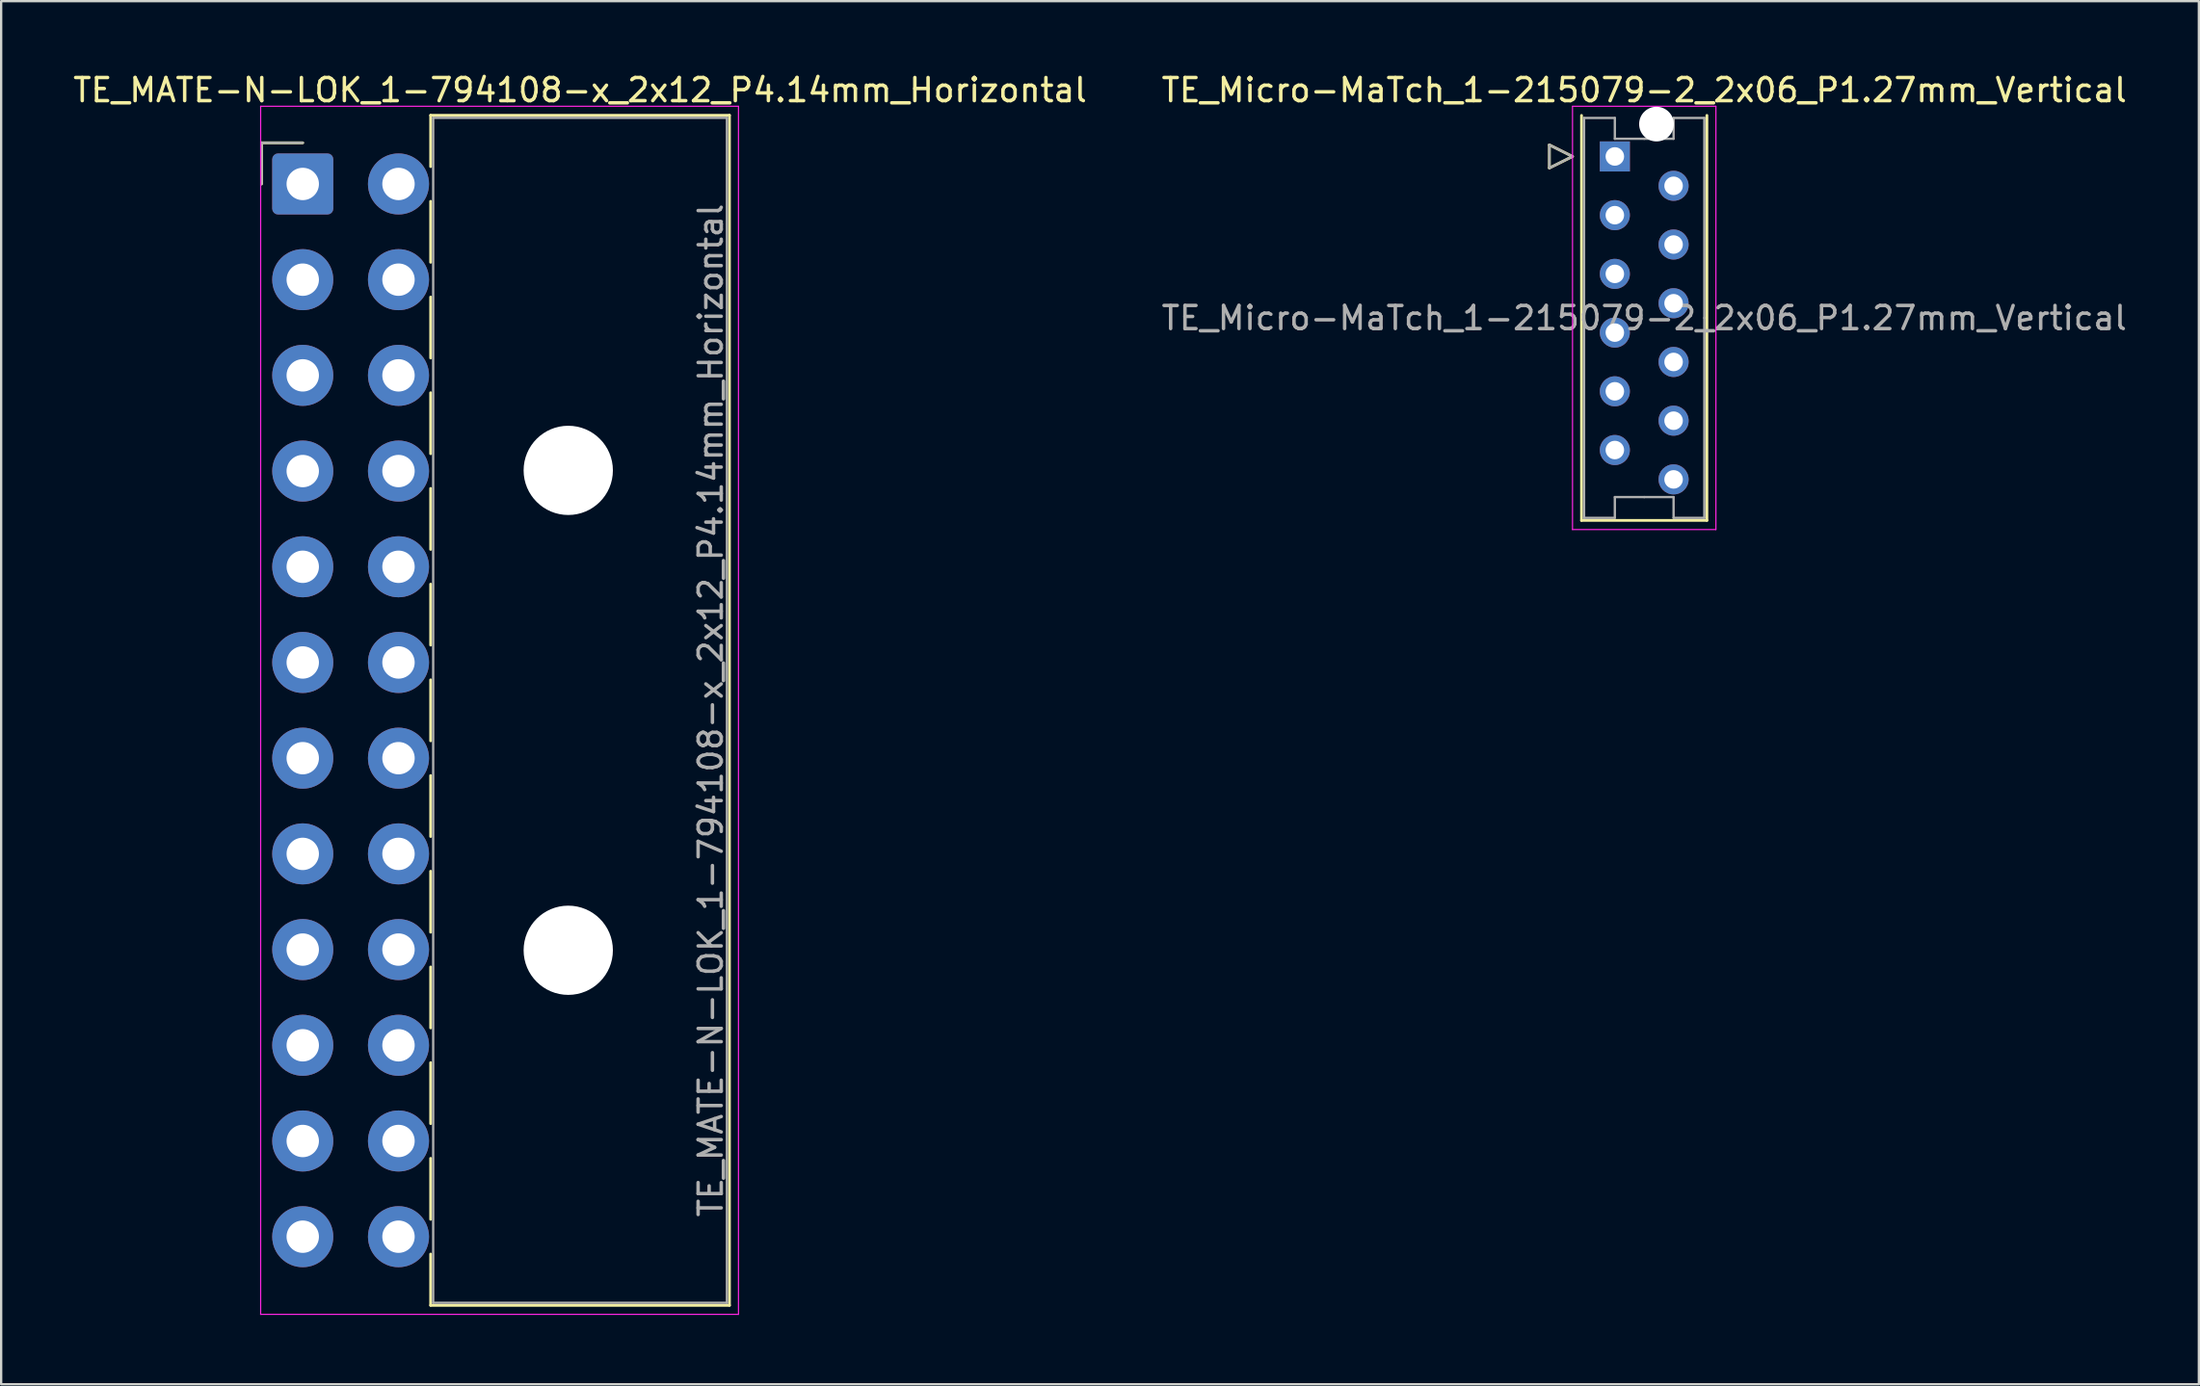
<source format=kicad_pcb>
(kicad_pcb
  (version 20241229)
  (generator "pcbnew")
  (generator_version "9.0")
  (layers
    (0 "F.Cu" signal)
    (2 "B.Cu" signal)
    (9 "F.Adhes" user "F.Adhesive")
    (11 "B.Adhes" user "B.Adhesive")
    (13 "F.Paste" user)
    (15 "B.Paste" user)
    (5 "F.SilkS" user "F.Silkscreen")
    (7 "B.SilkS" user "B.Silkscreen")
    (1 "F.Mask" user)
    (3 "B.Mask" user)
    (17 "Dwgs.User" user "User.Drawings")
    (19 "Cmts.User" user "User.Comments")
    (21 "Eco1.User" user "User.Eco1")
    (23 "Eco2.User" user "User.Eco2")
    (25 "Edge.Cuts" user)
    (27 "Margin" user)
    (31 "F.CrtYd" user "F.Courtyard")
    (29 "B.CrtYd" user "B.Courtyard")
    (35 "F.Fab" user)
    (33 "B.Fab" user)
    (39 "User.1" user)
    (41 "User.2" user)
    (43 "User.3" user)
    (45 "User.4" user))
  (footprint "TE_Micro-MaTch_1-215079-2_2x06_P1.27mm_Vertical"
    (layer "F.Cu")
    (at 66.772 3.718)
    (property "Reference" "TE_Micro-MaTch_1-215079-2_2x06_P1.27mm_Vertical" (at 1.27 -2.87 0) (layer "F.SilkS") (effects (font (size 1 1) (thickness 0.15))))
    (attr through_hole)
    (fp_line (start -2.83 -0.5) (end -1.83 0) (stroke (width 0.12) (type solid)) (layer "F.SilkS"))
    (fp_line (start -2.83 0.5) (end -2.83 -0.5) (stroke (width 0.12) (type solid)) (layer "F.SilkS"))
    (fp_line (start -1.83 0) (end -2.83 0.5) (stroke (width 0.12) (type solid)) (layer "F.SilkS"))
    (fp_line (start -1.44 -1.775) (end -1.44 15.745) (stroke (width 0.12) (type solid)) (layer "F.SilkS"))
    (fp_line (start -1.44 15.745) (end 3.98 15.745) (stroke (width 0.12) (type solid)) (layer "F.SilkS"))
    (fp_line (start 3.98 15.745) (end 3.98 -1.775) (stroke (width 0.12) (type solid)) (layer "F.SilkS"))
    (fp_line (start -1.83 -2.17) (end -1.83 16.14) (stroke (width 0.05) (type solid)) (layer "F.CrtYd"))
    (fp_line (start -1.83 16.14) (end 4.37 16.14) (stroke (width 0.05) (type solid)) (layer "F.CrtYd"))
    (fp_line (start 4.37 -2.17) (end -1.83 -2.17) (stroke (width 0.05) (type solid)) (layer "F.CrtYd"))
    (fp_line (start 4.37 16.14) (end 4.37 -2.17) (stroke (width 0.05) (type solid)) (layer "F.CrtYd"))
    (fp_line (start -2.83 -0.5) (end -1.83 0) (stroke (width 0.1) (type solid)) (layer "F.Fab"))
    (fp_line (start -2.83 0.5) (end -2.83 -0.5) (stroke (width 0.1) (type solid)) (layer "F.Fab"))
    (fp_line (start -1.83 0) (end -2.83 0.5) (stroke (width 0.1) (type solid)) (layer "F.Fab"))
    (fp_line (start -1.33 -1.665) (end -1.33 6.985) (stroke (width 0.1) (type solid)) (layer "F.Fab"))
    (fp_line (start -1.33 15.635) (end -1.33 6.985) (stroke (width 0.1) (type solid)) (layer "F.Fab"))
    (fp_line (start 0 -1.665) (end -1.33 -1.665) (stroke (width 0.1) (type solid)) (layer "F.Fab"))
    (fp_line (start 0 -0.765) (end 0 -1.665) (stroke (width 0.1) (type solid)) (layer "F.Fab"))
    (fp_line (start 0 14.735) (end 0 15.635) (stroke (width 0.1) (type solid)) (layer "F.Fab"))
    (fp_line (start 0 15.635) (end -1.33 15.635) (stroke (width 0.1) (type solid)) (layer "F.Fab"))
    (fp_line (start 1.27 -0.765) (end 0 -0.765) (stroke (width 0.1) (type solid)) (layer "F.Fab"))
    (fp_line (start 1.27 -0.765) (end 2.54 -0.765) (stroke (width 0.1) (type solid)) (layer "F.Fab"))
    (fp_line (start 1.27 14.735) (end 0 14.735) (stroke (width 0.1) (type solid)) (layer "F.Fab"))
    (fp_line (start 1.27 14.735) (end 2.54 14.735) (stroke (width 0.1) (type solid)) (layer "F.Fab"))
    (fp_line (start 2.54 -1.665) (end 3.87 -1.665) (stroke (width 0.1) (type solid)) (layer "F.Fab"))
    (fp_line (start 2.54 -0.765) (end 2.54 -1.665) (stroke (width 0.1) (type solid)) (layer "F.Fab"))
    (fp_line (start 2.54 14.735) (end 2.54 15.635) (stroke (width 0.1) (type solid)) (layer "F.Fab"))
    (fp_line (start 2.54 15.635) (end 3.87 15.635) (stroke (width 0.1) (type solid)) (layer "F.Fab"))
    (fp_line (start 3.87 -1.665) (end 3.87 6.985) (stroke (width 0.1) (type solid)) (layer "F.Fab"))
    (fp_line (start 3.87 15.635) (end 3.87 6.985) (stroke (width 0.1) (type solid)) (layer "F.Fab"))
    (fp_text user "${REFERENCE}" (at 1.27 6.99 0) (layer "F.Fab") (effects (font (size 1 1) (thickness 0.15))))
    (pad "" np_thru_hole circle (at 1.8 -1.4) (size 1.5 1.5) (drill 1.5) (layers "*.Cu" "*.Mask"))
    (pad "1" thru_hole rect (at 0 0) (size 1.3 1.3) (drill 0.8) (layers "*.Cu" "*.Mask"))
    (pad "2" thru_hole circle (at 2.54 1.27) (size 1.3 1.3) (drill 0.8) (layers "*.Cu" "*.Mask"))
    (pad "3" thru_hole circle (at 0 2.54) (size 1.3 1.3) (drill 0.8) (layers "*.Cu" "*.Mask"))
    (pad "4" thru_hole circle (at 2.54 3.81) (size 1.3 1.3) (drill 0.8) (layers "*.Cu" "*.Mask"))
    (pad "5" thru_hole circle (at 0 5.08) (size 1.3 1.3) (drill 0.8) (layers "*.Cu" "*.Mask"))
    (pad "6" thru_hole circle (at 2.54 6.35) (size 1.3 1.3) (drill 0.8) (layers "*.Cu" "*.Mask"))
    (pad "7" thru_hole circle (at 0 7.62) (size 1.3 1.3) (drill 0.8) (layers "*.Cu" "*.Mask"))
    (pad "8" thru_hole circle (at 2.54 8.89) (size 1.3 1.3) (drill 0.8) (layers "*.Cu" "*.Mask"))
    (pad "9" thru_hole circle (at 0 10.16) (size 1.3 1.3) (drill 0.8) (layers "*.Cu" "*.Mask"))
    (pad "10" thru_hole circle (at 2.54 11.43) (size 1.3 1.3) (drill 0.8) (layers "*.Cu" "*.Mask"))
    (pad "11" thru_hole circle (at 0 12.7) (size 1.3 1.3) (drill 0.8) (layers "*.Cu" "*.Mask"))
    (pad "12" thru_hole circle (at 2.54 13.97) (size 1.3 1.3) (drill 0.8) (layers "*.Cu" "*.Mask")))
  (footprint "TE_MATE-N-LOK_1-794108-x_2x12_P4.14mm_Horizontal"
    (layer "F.Cu")
    (at 10.04 4.908)
    (property "Reference" "TE_MATE-N-LOK_1-794108-x_2x12_P4.14mm_Horizontal" (at 11.99 -4.06 0) (layer "F.SilkS") (effects (font (size 1 1) (thickness 0.15))))
    (attr through_hole)
    (fp_line (start -1.78 -1.78) (end -1.78 0) (stroke (width 0.12) (type solid)) (layer "F.SilkS"))
    (fp_line (start 0 -1.78) (end -1.78 -1.78) (stroke (width 0.12) (type solid)) (layer "F.SilkS"))
    (fp_line (start 5.53 -2.97) (end 18.45 -2.97) (stroke (width 0.12) (type solid)) (layer "F.SilkS"))
    (fp_line (start 5.53 -0.751) (end 5.53 -2.97) (stroke (width 0.12) (type solid)) (layer "F.SilkS"))
    (fp_line (start 5.53 0.751) (end 5.53 3.389) (stroke (width 0.12) (type solid)) (layer "F.SilkS"))
    (fp_line (start 5.53 4.891) (end 5.53 7.529) (stroke (width 0.12) (type solid)) (layer "F.SilkS"))
    (fp_line (start 5.53 9.031) (end 5.53 11.669) (stroke (width 0.12) (type solid)) (layer "F.SilkS"))
    (fp_line (start 5.53 13.171) (end 5.53 15.809) (stroke (width 0.12) (type solid)) (layer "F.SilkS"))
    (fp_line (start 5.53 17.311) (end 5.53 19.949) (stroke (width 0.12) (type solid)) (layer "F.SilkS"))
    (fp_line (start 5.53 21.451) (end 5.53 24.089) (stroke (width 0.12) (type solid)) (layer "F.SilkS"))
    (fp_line (start 5.53 25.591) (end 5.53 28.229) (stroke (width 0.12) (type solid)) (layer "F.SilkS"))
    (fp_line (start 5.53 29.731) (end 5.53 32.369) (stroke (width 0.12) (type solid)) (layer "F.SilkS"))
    (fp_line (start 5.53 33.871) (end 5.53 36.509) (stroke (width 0.12) (type solid)) (layer "F.SilkS"))
    (fp_line (start 5.53 38.011) (end 5.53 40.649) (stroke (width 0.12) (type solid)) (layer "F.SilkS"))
    (fp_line (start 5.53 42.151) (end 5.53 44.789) (stroke (width 0.12) (type solid)) (layer "F.SilkS"))
    (fp_line (start 5.53 48.51) (end 5.53 46.291) (stroke (width 0.12) (type solid)) (layer "F.SilkS"))
    (fp_line (start 18.45 -2.97) (end 18.45 48.51) (stroke (width 0.12) (type solid)) (layer "F.SilkS"))
    (fp_line (start 18.45 48.51) (end 5.53 48.51) (stroke (width 0.12) (type solid)) (layer "F.SilkS"))
    (fp_line (start -1.82 -3.36) (end -1.82 48.9) (stroke (width 0.05) (type solid)) (layer "F.CrtYd"))
    (fp_line (start -1.82 48.9) (end 18.84 48.9) (stroke (width 0.05) (type solid)) (layer "F.CrtYd"))
    (fp_line (start 18.84 -3.36) (end -1.82 -3.36) (stroke (width 0.05) (type solid)) (layer "F.CrtYd"))
    (fp_line (start 18.84 48.9) (end 18.84 -3.36) (stroke (width 0.05) (type solid)) (layer "F.CrtYd"))
    (fp_line (start -1.78 -1.78) (end -1.78 0) (stroke (width 0.1) (type solid)) (layer "F.Fab"))
    (fp_line (start 0 -1.78) (end -1.78 -1.78) (stroke (width 0.1) (type solid)) (layer "F.Fab"))
    (fp_line (start 5.64 -2.86) (end 5.64 48.4) (stroke (width 0.1) (type solid)) (layer "F.Fab"))
    (fp_line (start 5.64 48.4) (end 18.34 48.4) (stroke (width 0.1) (type solid)) (layer "F.Fab"))
    (fp_line (start 18.34 -2.86) (end 5.64 -2.86) (stroke (width 0.1) (type solid)) (layer "F.Fab"))
    (fp_line (start 18.34 48.4) (end 18.34 -2.86) (stroke (width 0.1) (type solid)) (layer "F.Fab"))
    (fp_text user "${REFERENCE}" (at 17.64 22.77 90) (layer "F.Fab") (effects (font (size 1 1) (thickness 0.15))))
    (pad "" np_thru_hole circle (at 11.48 12.39) (size 3.86 3.86) (drill 3.86) (layers "*.Cu" "*.Mask"))
    (pad "" np_thru_hole circle (at 11.48 33.15) (size 3.86 3.86) (drill 3.86) (layers "*.Cu" "*.Mask"))
    (pad "1" thru_hole roundrect (at 0 0) (size 2.64 2.64) (drill 1.4) (layers "*.Cu" "*.Mask") (roundrect_rratio 0.095))
    (pad "2" thru_hole circle (at 0 4.14) (size 2.64 2.64) (drill 1.4) (layers "*.Cu" "*.Mask"))
    (pad "3" thru_hole circle (at 0 8.28) (size 2.64 2.64) (drill 1.4) (layers "*.Cu" "*.Mask"))
    (pad "4" thru_hole circle (at 0 12.42) (size 2.64 2.64) (drill 1.4) (layers "*.Cu" "*.Mask"))
    (pad "5" thru_hole circle (at 0 16.56) (size 2.64 2.64) (drill 1.4) (layers "*.Cu" "*.Mask"))
    (pad "6" thru_hole circle (at 0 20.7) (size 2.64 2.64) (drill 1.4) (layers "*.Cu" "*.Mask"))
    (pad "7" thru_hole circle (at 0 24.84) (size 2.64 2.64) (drill 1.4) (layers "*.Cu" "*.Mask"))
    (pad "8" thru_hole circle (at 0 28.98) (size 2.64 2.64) (drill 1.4) (layers "*.Cu" "*.Mask"))
    (pad "9" thru_hole circle (at 0 33.12) (size 2.64 2.64) (drill 1.4) (layers "*.Cu" "*.Mask"))
    (pad "10" thru_hole circle (at 0 37.26) (size 2.64 2.64) (drill 1.4) (layers "*.Cu" "*.Mask"))
    (pad "11" thru_hole circle (at 0 41.4) (size 2.64 2.64) (drill 1.4) (layers "*.Cu" "*.Mask"))
    (pad "12" thru_hole circle (at 0 45.54) (size 2.64 2.64) (drill 1.4) (layers "*.Cu" "*.Mask"))
    (pad "13" thru_hole circle (at 4.14 0) (size 2.64 2.64) (drill 1.4) (layers "*.Cu" "*.Mask"))
    (pad "14" thru_hole circle (at 4.14 4.14) (size 2.64 2.64) (drill 1.4) (layers "*.Cu" "*.Mask"))
    (pad "15" thru_hole circle (at 4.14 8.28) (size 2.64 2.64) (drill 1.4) (layers "*.Cu" "*.Mask"))
    (pad "16" thru_hole circle (at 4.14 12.42) (size 2.64 2.64) (drill 1.4) (layers "*.Cu" "*.Mask"))
    (pad "17" thru_hole circle (at 4.14 16.56) (size 2.64 2.64) (drill 1.4) (layers "*.Cu" "*.Mask"))
    (pad "18" thru_hole circle (at 4.14 20.7) (size 2.64 2.64) (drill 1.4) (layers "*.Cu" "*.Mask"))
    (pad "19" thru_hole circle (at 4.14 24.84) (size 2.64 2.64) (drill 1.4) (layers "*.Cu" "*.Mask"))
    (pad "20" thru_hole circle (at 4.14 28.98) (size 2.64 2.64) (drill 1.4) (layers "*.Cu" "*.Mask"))
    (pad "21" thru_hole circle (at 4.14 33.12) (size 2.64 2.64) (drill 1.4) (layers "*.Cu" "*.Mask"))
    (pad "22" thru_hole circle (at 4.14 37.26) (size 2.64 2.64) (drill 1.4) (layers "*.Cu" "*.Mask"))
    (pad "23" thru_hole circle (at 4.14 41.4) (size 2.64 2.64) (drill 1.4) (layers "*.Cu" "*.Mask"))
    (pad "24" thru_hole circle (at 4.14 45.54) (size 2.64 2.64) (drill 1.4) (layers "*.Cu" "*.Mask")))
  (gr_rect
    (start -3 -3)
    (end 92.024 56.833)
    (stroke (width 0.1) (type default))
    (fill no)
    (layer "Edge.Cuts")))
</source>
